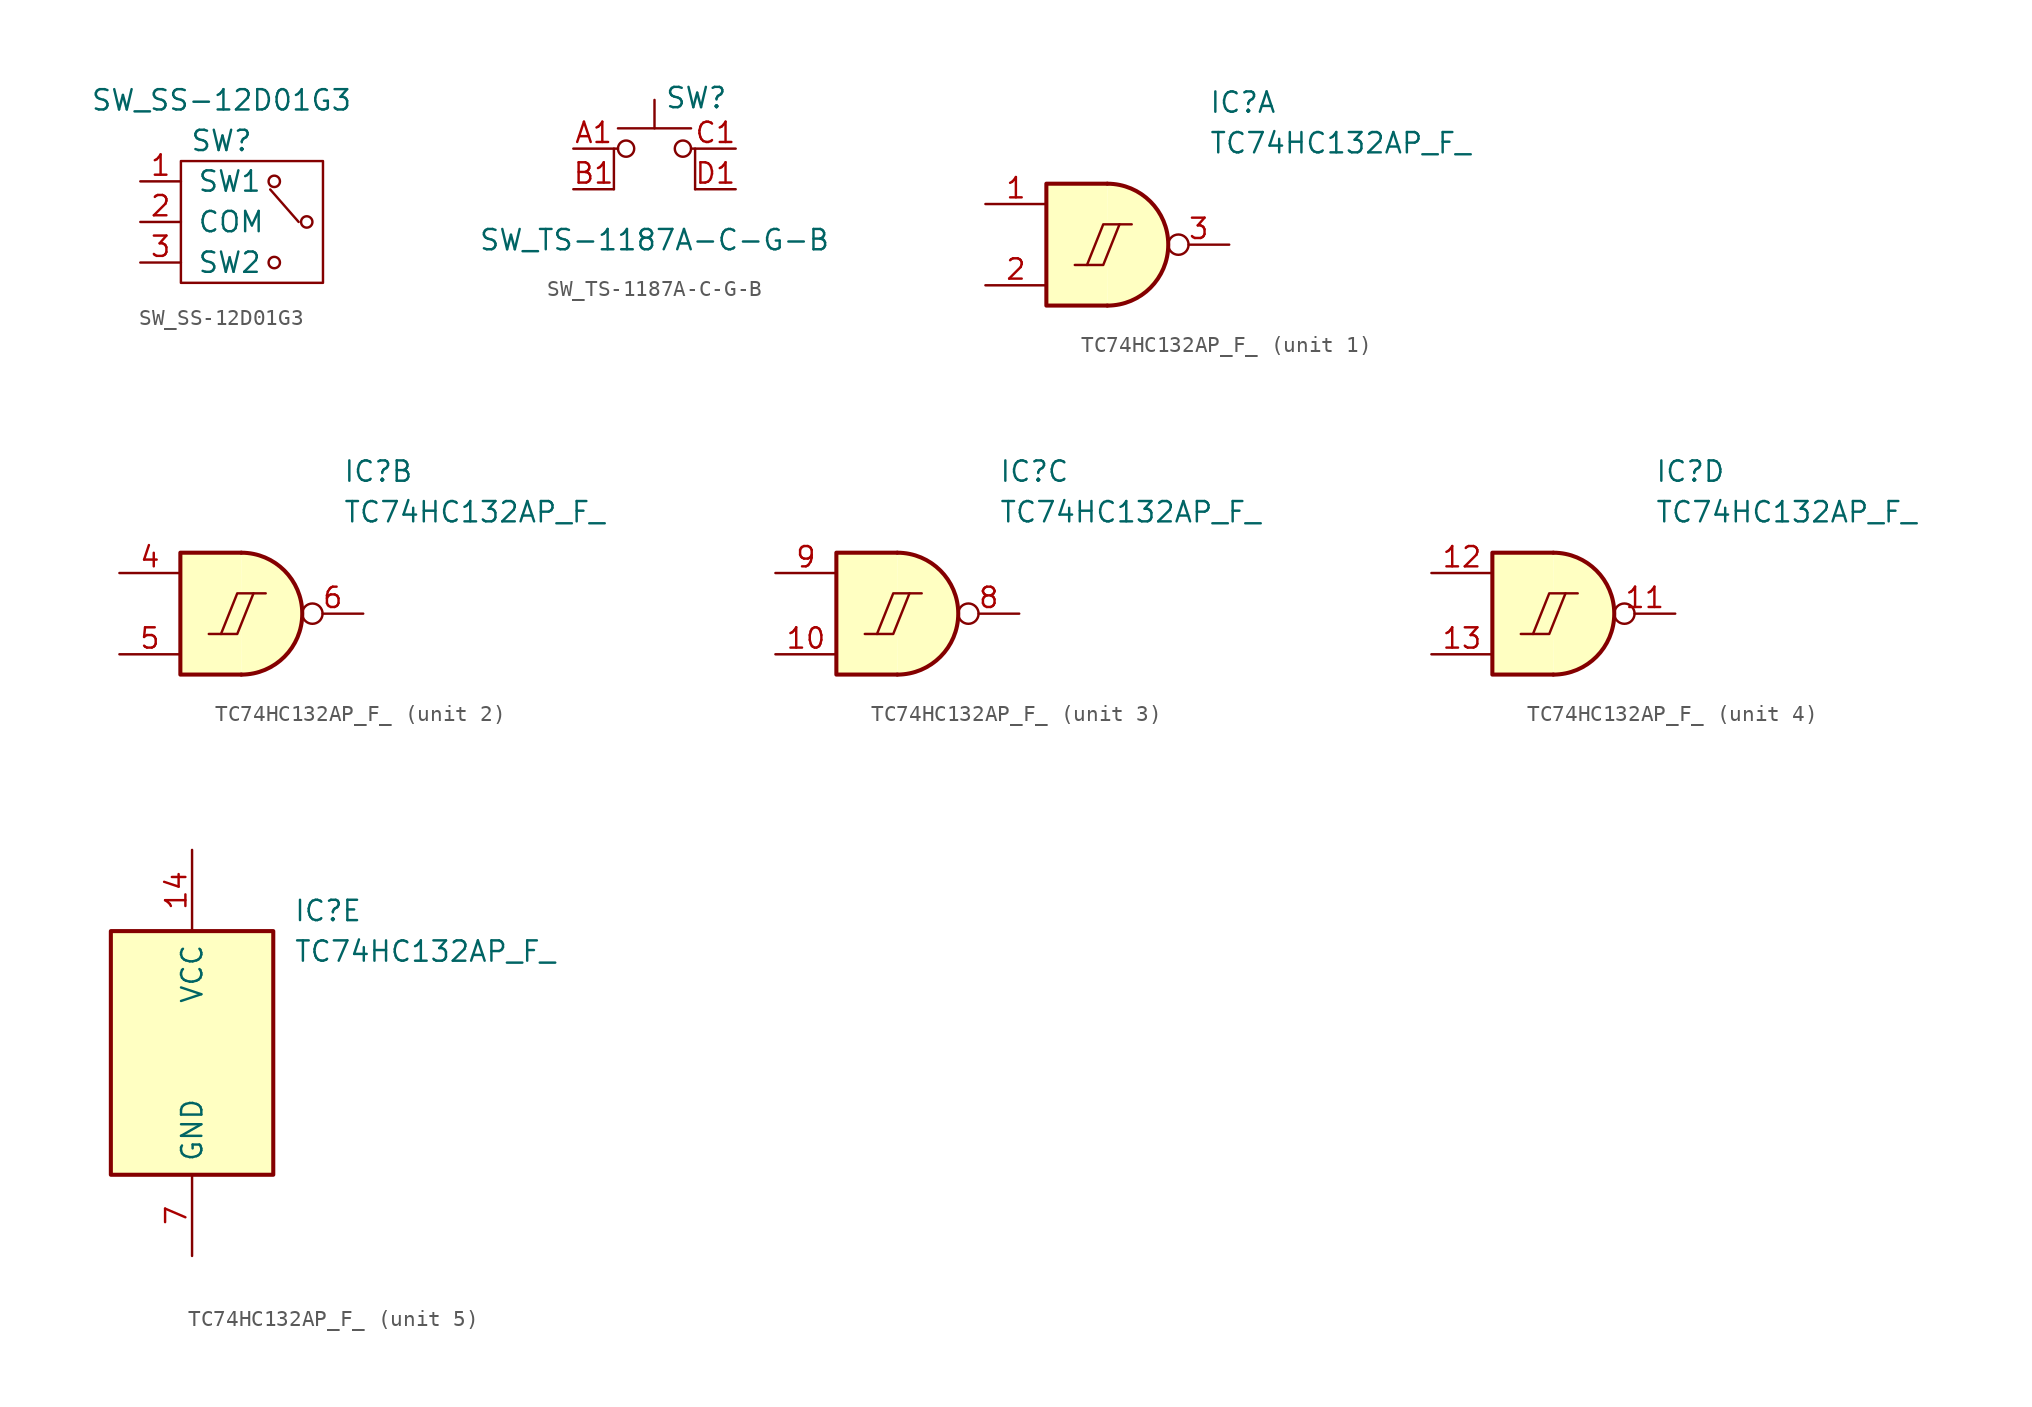
<source format=kicad_sym>
(kicad_symbol_lib
  (version 20211014)
  (generator kicad_symbol_editor)
  (symbol "SW_SS-12D01G3"
    (pin_names
      (offset 1.016))
    (property "Reference" "SW"
      (at 5.08 2.54 0)
      (effects (font (size 1.27 1.27))))
    (property "Value" "SW_SS-12D01G3"
      (at 5.08 5.08 0)
      (effects (font (size 1.27 1.27))))
    (symbol "SW_SS-12D01G3_0_1"
      (polyline (pts (xy 8.128 -0.508) (xy 9.906 -2.54)) (stroke (width 0) (type default) (color 0 0 0 0)) (fill (type none)))
      (rectangle (start 2.54 1.27) (end 11.43 -6.35) (stroke (width 0) (type default) (color 0 0 0 0)) (fill (type none)))
      (circle (center 8.382 -5.08) (radius 0.356) (stroke (width 0) (type default) (color 0 0 0 0)) (fill (type none)))
      (circle (center 8.382 0) (radius 0.356) (stroke (width 0) (type default) (color 0 0 0 0)) (fill (type none)))
      (circle (center 10.414 -2.54) (radius 0.356) (stroke (width 0) (type default) (color 0 0 0 0)) (fill (type none))))
    (symbol "SW_SS-12D01G3_1_1"
      (pin passive line (at 0 0 0) (length 2.54) (name "SW1" (effects (font (size 1.27 1.27)))) (number "1" (effects (font (size 1.27 1.27)))))
      (pin passive line (at 0 -2.54 0) (length 2.54) (name "COM" (effects (font (size 1.27 1.27)))) (number "2" (effects (font (size 1.27 1.27)))))
      (pin passive line (at 0 -5.08 0) (length 2.54) (name "SW2" (effects (font (size 1.27 1.27)))) (number "3" (effects (font (size 1.27 1.27)))))))
  (symbol "SW_TS-1187A-C-G-B"
    (pin_names
      (offset 1.016) hide)
    (property "Reference" "SW"
      (at 0.635 5.715 0)
      (effects (font (size 1.27 1.27)) (justify left)))
    (property "Value" "SW_TS-1187A-C-G-B"
      (at 0 -3.175 0)
      (effects (font (size 1.27 1.27))))
    (symbol "SW_TS-1187A-C-G-B_0_1"
      (circle (center -1.778 2.54) (radius 0.508) (stroke (width 0) (type default) (color 0 0 0 0)) (fill (type none)))
      (polyline (pts (xy -2.286 3.81) (xy 2.286 3.81)) (stroke (width 0) (type default) (color 0 0 0 0)) (fill (type none)))
      (polyline (pts (xy 0 3.81) (xy 0 5.588)) (stroke (width 0) (type default) (color 0 0 0 0)) (fill (type none)))
      (polyline (pts (xy -2.54 0) (xy -2.54 2.54) (xy -2.286 2.54)) (stroke (width 0) (type default) (color 0 0 0 0)) (fill (type none)))
      (polyline (pts (xy 2.54 0) (xy 2.54 2.54) (xy 2.286 2.54)) (stroke (width 0) (type default) (color 0 0 0 0)) (fill (type none)))
      (circle (center 1.778 2.54) (radius 0.508) (stroke (width 0) (type default) (color 0 0 0 0)) (fill (type none)))
      (pin passive line (at -5.08 2.54 0) (length 2.54) (name "A1" (effects (font (size 1.27 1.27)))) (number "A1" (effects (font (size 1.27 1.27)))))
      (pin passive line (at -5.08 0 0) (length 2.54) (name "B1" (effects (font (size 1.27 1.27)))) (number "B1" (effects (font (size 1.27 1.27)))))
      (pin passive line (at 5.08 2.54 180) (length 2.54) (name "C1" (effects (font (size 1.27 1.27)))) (number "C1" (effects (font (size 1.27 1.27)))))
      (pin passive line (at 5.08 0 180) (length 2.54) (name "D1" (effects (font (size 1.27 1.27)))) (number "D1" (effects (font (size 1.27 1.27)))))))
  (symbol "TC74HC132AP_F_"
    (pin_names
      (offset 0.762))
    (property "Reference" "IC"
      (at 6.35 8.89 0)
      (effects (font (size 1.27 1.27)) (justify left)))
    (property "Value" "TC74HC132AP_F_"
      (at 6.35 6.35 0)
      (effects (font (size 1.27 1.27)) (justify left)))
    (property "ki_locked" ""
      (at 0 0 0)
      (effects (font (size 1.27 1.27))))
    (symbol "TC74HC132AP_F__1_1"
      (arc (start 0 -3.81) (mid 3.81 0) (end 0 3.81) (stroke (width 0.254) (type default) (color 0 0 0 0)) (fill (type background)))
      (polyline (pts (xy 0 3.81) (xy -3.81 3.81) (xy -3.81 -3.81) (xy 0 -3.81)) (stroke (width 0.254) (type default) (color 0 0 0 0)) (fill (type background)))
      (polyline (pts (xy 0.762 1.27) (xy -0.254 -1.27) (xy -1.27 -1.27) (xy -1.27 -1.27)) (stroke (width 0) (type default) (color 0 0 0 0)) (fill (type none)))
      (polyline (pts (xy 1.524 1.27) (xy -0.254 1.27) (xy -1.27 -1.27) (xy -2.032 -1.27) (xy -2.032 -1.27)) (stroke (width 0) (type default) (color 0 0 0 0)) (fill (type none)))
      (pin input line (at -7.62 2.54 0) (length 3.81) (name "~" (effects (font (size 1.27 1.27)))) (number "1" (effects (font (size 1.27 1.27)))))
      (pin input line (at -7.62 -2.54 0) (length 3.81) (name "~" (effects (font (size 1.27 1.27)))) (number "2" (effects (font (size 1.27 1.27)))))
      (pin output inverted (at 7.62 0 180) (length 3.81) (name "~" (effects (font (size 1.27 1.27)))) (number "3" (effects (font (size 1.27 1.27))))))
    (symbol "TC74HC132AP_F__2_1"
      (arc (start 0 -3.81) (mid 3.81 0) (end 0 3.81) (stroke (width 0.254) (type default) (color 0 0 0 0)) (fill (type background)))
      (polyline (pts (xy 0 3.81) (xy -3.81 3.81) (xy -3.81 -3.81) (xy 0 -3.81)) (stroke (width 0.254) (type default) (color 0 0 0 0)) (fill (type background)))
      (polyline (pts (xy 0.762 1.27) (xy -0.254 -1.27) (xy -1.27 -1.27) (xy -1.27 -1.27)) (stroke (width 0) (type default) (color 0 0 0 0)) (fill (type none)))
      (polyline (pts (xy 1.524 1.27) (xy -0.254 1.27) (xy -1.27 -1.27) (xy -2.032 -1.27) (xy -2.032 -1.27)) (stroke (width 0) (type default) (color 0 0 0 0)) (fill (type none)))
      (pin input line (at -7.62 2.54 0) (length 3.81) (name "~" (effects (font (size 1.27 1.27)))) (number "4" (effects (font (size 1.27 1.27)))))
      (pin input line (at -7.62 -2.54 0) (length 3.81) (name "~" (effects (font (size 1.27 1.27)))) (number "5" (effects (font (size 1.27 1.27)))))
      (pin output inverted (at 7.62 0 180) (length 3.81) (name "~" (effects (font (size 1.27 1.27)))) (number "6" (effects (font (size 1.27 1.27))))))
    (symbol "TC74HC132AP_F__3_1"
      (arc (start 0 -3.81) (mid 3.81 0) (end 0 3.81) (stroke (width 0.254) (type default) (color 0 0 0 0)) (fill (type background)))
      (polyline (pts (xy 0 3.81) (xy -3.81 3.81) (xy -3.81 -3.81) (xy 0 -3.81)) (stroke (width 0.254) (type default) (color 0 0 0 0)) (fill (type background)))
      (polyline (pts (xy 0.762 1.27) (xy -0.254 -1.27) (xy -1.27 -1.27) (xy -1.27 -1.27)) (stroke (width 0) (type default) (color 0 0 0 0)) (fill (type none)))
      (polyline (pts (xy 1.524 1.27) (xy -0.254 1.27) (xy -1.27 -1.27) (xy -2.032 -1.27) (xy -2.032 -1.27)) (stroke (width 0) (type default) (color 0 0 0 0)) (fill (type none)))
      (pin input line (at -7.62 -2.54 0) (length 3.81) (name "~" (effects (font (size 1.27 1.27)))) (number "10" (effects (font (size 1.27 1.27)))))
      (pin output inverted (at 7.62 0 180) (length 3.81) (name "~" (effects (font (size 1.27 1.27)))) (number "8" (effects (font (size 1.27 1.27)))))
      (pin input line (at -7.62 2.54 0) (length 3.81) (name "~" (effects (font (size 1.27 1.27)))) (number "9" (effects (font (size 1.27 1.27))))))
    (symbol "TC74HC132AP_F__4_1"
      (arc (start 0 -3.81) (mid 3.81 0) (end 0 3.81) (stroke (width 0.254) (type default) (color 0 0 0 0)) (fill (type background)))
      (polyline (pts (xy 0 3.81) (xy -3.81 3.81) (xy -3.81 -3.81) (xy 0 -3.81)) (stroke (width 0.254) (type default) (color 0 0 0 0)) (fill (type background)))
      (polyline (pts (xy 0.762 1.27) (xy -0.254 -1.27) (xy -1.27 -1.27) (xy -1.27 -1.27)) (stroke (width 0) (type default) (color 0 0 0 0)) (fill (type none)))
      (polyline (pts (xy 1.524 1.27) (xy -0.254 1.27) (xy -1.27 -1.27) (xy -2.032 -1.27) (xy -2.032 -1.27)) (stroke (width 0) (type default) (color 0 0 0 0)) (fill (type none)))
      (pin output inverted (at 7.62 0 180) (length 3.81) (name "~" (effects (font (size 1.27 1.27)))) (number "11" (effects (font (size 1.27 1.27)))))
      (pin input line (at -7.62 2.54 0) (length 3.81) (name "~" (effects (font (size 1.27 1.27)))) (number "12" (effects (font (size 1.27 1.27)))))
      (pin input line (at -7.62 -2.54 0) (length 3.81) (name "~" (effects (font (size 1.27 1.27)))) (number "13" (effects (font (size 1.27 1.27))))))
    (symbol "TC74HC132AP_F__5_1"
      (rectangle (start -5.08 7.62) (end 5.08 -7.62) (stroke (width 0.254) (type default) (color 0 0 0 0)) (fill (type background)))
      (pin power_in line (at 0 12.7 270) (length 5.08) (name "VCC" (effects (font (size 1.27 1.27)))) (number "14" (effects (font (size 1.27 1.27)))))
      (pin power_in line (at 0 -12.7 90) (length 5.08) (name "GND" (effects (font (size 1.27 1.27)))) (number "7" (effects (font (size 1.27 1.27))))))))
</source>
